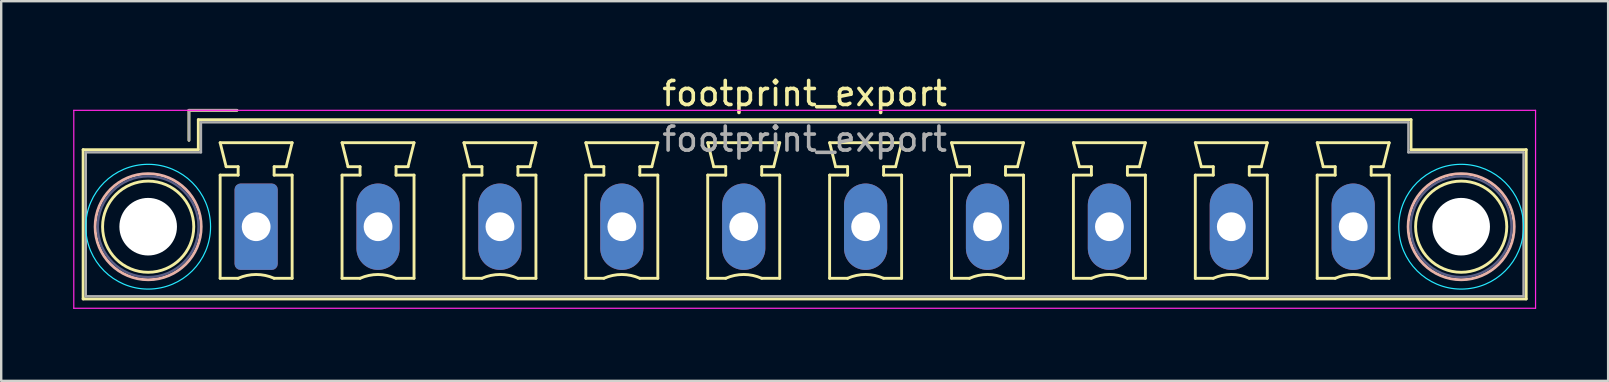
<source format=kicad_pcb>
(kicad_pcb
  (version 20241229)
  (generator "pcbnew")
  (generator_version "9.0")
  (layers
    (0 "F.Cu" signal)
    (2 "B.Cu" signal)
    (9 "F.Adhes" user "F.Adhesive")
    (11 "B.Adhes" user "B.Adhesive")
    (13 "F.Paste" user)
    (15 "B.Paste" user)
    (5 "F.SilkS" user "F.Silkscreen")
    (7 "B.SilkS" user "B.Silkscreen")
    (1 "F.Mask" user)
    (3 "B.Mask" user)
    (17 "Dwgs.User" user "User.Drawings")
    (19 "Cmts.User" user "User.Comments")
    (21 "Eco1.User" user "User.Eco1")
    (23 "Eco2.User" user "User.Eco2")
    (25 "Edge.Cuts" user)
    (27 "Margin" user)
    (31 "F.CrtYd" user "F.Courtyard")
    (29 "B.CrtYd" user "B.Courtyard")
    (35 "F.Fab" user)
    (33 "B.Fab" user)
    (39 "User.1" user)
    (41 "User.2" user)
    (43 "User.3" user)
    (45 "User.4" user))
  (footprint "footprint_export"
    (layer "F.Cu")
    (at 7.625 6.398)
    (property "Reference" "footprint_export" (at 22.86 -5.55 0) (layer "F.SilkS") (effects (font (size 1 1) (thickness 0.15))))
    (attr through_hole)
    (fp_line (start -7.21 -3.21) (end -7.21 3.01) (stroke (width 0.12) (type solid)) (layer "F.SilkS"))
    (fp_line (start -7.21 3.01) (end 52.93 3.01) (stroke (width 0.12) (type solid)) (layer "F.SilkS"))
    (fp_line (start -2.8 -4.85) (end -0.8 -4.85) (stroke (width 0.12) (type solid)) (layer "F.SilkS"))
    (fp_line (start -2.8 -3.6) (end -2.8 -4.85) (stroke (width 0.12) (type solid)) (layer "F.SilkS"))
    (fp_line (start -2.41 -4.46) (end -2.41 -3.21) (stroke (width 0.12) (type solid)) (layer "F.SilkS"))
    (fp_line (start -2.41 -3.21) (end -7.21 -3.21) (stroke (width 0.12) (type solid)) (layer "F.SilkS"))
    (fp_line (start -1.5 -3.5) (end 1.5 -3.5) (stroke (width 0.12) (type solid)) (layer "F.SilkS"))
    (fp_line (start -1.5 -2.15) (end -0.75 -2.15) (stroke (width 0.12) (type solid)) (layer "F.SilkS"))
    (fp_line (start -1.5 2.15) (end -1.5 -2.15) (stroke (width 0.12) (type solid)) (layer "F.SilkS"))
    (fp_line (start -1.25 -2.5) (end -1.5 -3.5) (stroke (width 0.12) (type solid)) (layer "F.SilkS"))
    (fp_line (start -0.75 -2.5) (end -1.25 -2.5) (stroke (width 0.12) (type solid)) (layer "F.SilkS"))
    (fp_line (start -0.75 -2.15) (end -0.75 -2.5) (stroke (width 0.12) (type solid)) (layer "F.SilkS"))
    (fp_line (start -0.75 2.15) (end -1.5 2.15) (stroke (width 0.12) (type solid)) (layer "F.SilkS"))
    (fp_line (start 0.75 -2.5) (end 0.75 -2.15) (stroke (width 0.12) (type solid)) (layer "F.SilkS"))
    (fp_line (start 0.75 -2.15) (end 1.5 -2.15) (stroke (width 0.12) (type solid)) (layer "F.SilkS"))
    (fp_line (start 1.25 -2.5) (end 0.75 -2.5) (stroke (width 0.12) (type solid)) (layer "F.SilkS"))
    (fp_line (start 1.5 -3.5) (end 1.25 -2.5) (stroke (width 0.12) (type solid)) (layer "F.SilkS"))
    (fp_line (start 1.5 -2.15) (end 1.5 2.15) (stroke (width 0.12) (type solid)) (layer "F.SilkS"))
    (fp_line (start 1.5 2.15) (end 0.75 2.15) (stroke (width 0.12) (type solid)) (layer "F.SilkS"))
    (fp_line (start 3.58 -3.5) (end 6.58 -3.5) (stroke (width 0.12) (type solid)) (layer "F.SilkS"))
    (fp_line (start 3.58 -2.15) (end 4.33 -2.15) (stroke (width 0.12) (type solid)) (layer "F.SilkS"))
    (fp_line (start 3.58 2.15) (end 3.58 -2.15) (stroke (width 0.12) (type solid)) (layer "F.SilkS"))
    (fp_line (start 3.83 -2.5) (end 3.58 -3.5) (stroke (width 0.12) (type solid)) (layer "F.SilkS"))
    (fp_line (start 4.33 -2.5) (end 3.83 -2.5) (stroke (width 0.12) (type solid)) (layer "F.SilkS"))
    (fp_line (start 4.33 -2.15) (end 4.33 -2.5) (stroke (width 0.12) (type solid)) (layer "F.SilkS"))
    (fp_line (start 4.33 2.15) (end 3.58 2.15) (stroke (width 0.12) (type solid)) (layer "F.SilkS"))
    (fp_line (start 5.83 -2.5) (end 5.83 -2.15) (stroke (width 0.12) (type solid)) (layer "F.SilkS"))
    (fp_line (start 5.83 -2.15) (end 6.58 -2.15) (stroke (width 0.12) (type solid)) (layer "F.SilkS"))
    (fp_line (start 6.33 -2.5) (end 5.83 -2.5) (stroke (width 0.12) (type solid)) (layer "F.SilkS"))
    (fp_line (start 6.58 -3.5) (end 6.33 -2.5) (stroke (width 0.12) (type solid)) (layer "F.SilkS"))
    (fp_line (start 6.58 -2.15) (end 6.58 2.15) (stroke (width 0.12) (type solid)) (layer "F.SilkS"))
    (fp_line (start 6.58 2.15) (end 5.83 2.15) (stroke (width 0.12) (type solid)) (layer "F.SilkS"))
    (fp_line (start 8.66 -3.5) (end 11.66 -3.5) (stroke (width 0.12) (type solid)) (layer "F.SilkS"))
    (fp_line (start 8.66 -2.15) (end 9.41 -2.15) (stroke (width 0.12) (type solid)) (layer "F.SilkS"))
    (fp_line (start 8.66 2.15) (end 8.66 -2.15) (stroke (width 0.12) (type solid)) (layer "F.SilkS"))
    (fp_line (start 8.91 -2.5) (end 8.66 -3.5) (stroke (width 0.12) (type solid)) (layer "F.SilkS"))
    (fp_line (start 9.41 -2.5) (end 8.91 -2.5) (stroke (width 0.12) (type solid)) (layer "F.SilkS"))
    (fp_line (start 9.41 -2.15) (end 9.41 -2.5) (stroke (width 0.12) (type solid)) (layer "F.SilkS"))
    (fp_line (start 9.41 2.15) (end 8.66 2.15) (stroke (width 0.12) (type solid)) (layer "F.SilkS"))
    (fp_line (start 10.91 -2.5) (end 10.91 -2.15) (stroke (width 0.12) (type solid)) (layer "F.SilkS"))
    (fp_line (start 10.91 -2.15) (end 11.66 -2.15) (stroke (width 0.12) (type solid)) (layer "F.SilkS"))
    (fp_line (start 11.41 -2.5) (end 10.91 -2.5) (stroke (width 0.12) (type solid)) (layer "F.SilkS"))
    (fp_line (start 11.66 -3.5) (end 11.41 -2.5) (stroke (width 0.12) (type solid)) (layer "F.SilkS"))
    (fp_line (start 11.66 -2.15) (end 11.66 2.15) (stroke (width 0.12) (type solid)) (layer "F.SilkS"))
    (fp_line (start 11.66 2.15) (end 10.91 2.15) (stroke (width 0.12) (type solid)) (layer "F.SilkS"))
    (fp_line (start 13.74 -3.5) (end 16.74 -3.5) (stroke (width 0.12) (type solid)) (layer "F.SilkS"))
    (fp_line (start 13.74 -2.15) (end 14.49 -2.15) (stroke (width 0.12) (type solid)) (layer "F.SilkS"))
    (fp_line (start 13.74 2.15) (end 13.74 -2.15) (stroke (width 0.12) (type solid)) (layer "F.SilkS"))
    (fp_line (start 13.99 -2.5) (end 13.74 -3.5) (stroke (width 0.12) (type solid)) (layer "F.SilkS"))
    (fp_line (start 14.49 -2.5) (end 13.99 -2.5) (stroke (width 0.12) (type solid)) (layer "F.SilkS"))
    (fp_line (start 14.49 -2.15) (end 14.49 -2.5) (stroke (width 0.12) (type solid)) (layer "F.SilkS"))
    (fp_line (start 14.49 2.15) (end 13.74 2.15) (stroke (width 0.12) (type solid)) (layer "F.SilkS"))
    (fp_line (start 15.99 -2.5) (end 15.99 -2.15) (stroke (width 0.12) (type solid)) (layer "F.SilkS"))
    (fp_line (start 15.99 -2.15) (end 16.74 -2.15) (stroke (width 0.12) (type solid)) (layer "F.SilkS"))
    (fp_line (start 16.49 -2.5) (end 15.99 -2.5) (stroke (width 0.12) (type solid)) (layer "F.SilkS"))
    (fp_line (start 16.74 -3.5) (end 16.49 -2.5) (stroke (width 0.12) (type solid)) (layer "F.SilkS"))
    (fp_line (start 16.74 -2.15) (end 16.74 2.15) (stroke (width 0.12) (type solid)) (layer "F.SilkS"))
    (fp_line (start 16.74 2.15) (end 15.99 2.15) (stroke (width 0.12) (type solid)) (layer "F.SilkS"))
    (fp_line (start 18.82 -3.5) (end 21.82 -3.5) (stroke (width 0.12) (type solid)) (layer "F.SilkS"))
    (fp_line (start 18.82 -2.15) (end 19.57 -2.15) (stroke (width 0.12) (type solid)) (layer "F.SilkS"))
    (fp_line (start 18.82 2.15) (end 18.82 -2.15) (stroke (width 0.12) (type solid)) (layer "F.SilkS"))
    (fp_line (start 19.07 -2.5) (end 18.82 -3.5) (stroke (width 0.12) (type solid)) (layer "F.SilkS"))
    (fp_line (start 19.57 -2.5) (end 19.07 -2.5) (stroke (width 0.12) (type solid)) (layer "F.SilkS"))
    (fp_line (start 19.57 -2.15) (end 19.57 -2.5) (stroke (width 0.12) (type solid)) (layer "F.SilkS"))
    (fp_line (start 19.57 2.15) (end 18.82 2.15) (stroke (width 0.12) (type solid)) (layer "F.SilkS"))
    (fp_line (start 21.07 -2.5) (end 21.07 -2.15) (stroke (width 0.12) (type solid)) (layer "F.SilkS"))
    (fp_line (start 21.07 -2.15) (end 21.82 -2.15) (stroke (width 0.12) (type solid)) (layer "F.SilkS"))
    (fp_line (start 21.57 -2.5) (end 21.07 -2.5) (stroke (width 0.12) (type solid)) (layer "F.SilkS"))
    (fp_line (start 21.82 -3.5) (end 21.57 -2.5) (stroke (width 0.12) (type solid)) (layer "F.SilkS"))
    (fp_line (start 21.82 -2.15) (end 21.82 2.15) (stroke (width 0.12) (type solid)) (layer "F.SilkS"))
    (fp_line (start 21.82 2.15) (end 21.07 2.15) (stroke (width 0.12) (type solid)) (layer "F.SilkS"))
    (fp_line (start 23.9 -3.5) (end 26.9 -3.5) (stroke (width 0.12) (type solid)) (layer "F.SilkS"))
    (fp_line (start 23.9 -2.15) (end 24.65 -2.15) (stroke (width 0.12) (type solid)) (layer "F.SilkS"))
    (fp_line (start 23.9 2.15) (end 23.9 -2.15) (stroke (width 0.12) (type solid)) (layer "F.SilkS"))
    (fp_line (start 24.15 -2.5) (end 23.9 -3.5) (stroke (width 0.12) (type solid)) (layer "F.SilkS"))
    (fp_line (start 24.65 -2.5) (end 24.15 -2.5) (stroke (width 0.12) (type solid)) (layer "F.SilkS"))
    (fp_line (start 24.65 -2.15) (end 24.65 -2.5) (stroke (width 0.12) (type solid)) (layer "F.SilkS"))
    (fp_line (start 24.65 2.15) (end 23.9 2.15) (stroke (width 0.12) (type solid)) (layer "F.SilkS"))
    (fp_line (start 26.15 -2.5) (end 26.15 -2.15) (stroke (width 0.12) (type solid)) (layer "F.SilkS"))
    (fp_line (start 26.15 -2.15) (end 26.9 -2.15) (stroke (width 0.12) (type solid)) (layer "F.SilkS"))
    (fp_line (start 26.65 -2.5) (end 26.15 -2.5) (stroke (width 0.12) (type solid)) (layer "F.SilkS"))
    (fp_line (start 26.9 -3.5) (end 26.65 -2.5) (stroke (width 0.12) (type solid)) (layer "F.SilkS"))
    (fp_line (start 26.9 -2.15) (end 26.9 2.15) (stroke (width 0.12) (type solid)) (layer "F.SilkS"))
    (fp_line (start 26.9 2.15) (end 26.15 2.15) (stroke (width 0.12) (type solid)) (layer "F.SilkS"))
    (fp_line (start 28.98 -3.5) (end 31.98 -3.5) (stroke (width 0.12) (type solid)) (layer "F.SilkS"))
    (fp_line (start 28.98 -2.15) (end 29.73 -2.15) (stroke (width 0.12) (type solid)) (layer "F.SilkS"))
    (fp_line (start 28.98 2.15) (end 28.98 -2.15) (stroke (width 0.12) (type solid)) (layer "F.SilkS"))
    (fp_line (start 29.23 -2.5) (end 28.98 -3.5) (stroke (width 0.12) (type solid)) (layer "F.SilkS"))
    (fp_line (start 29.73 -2.5) (end 29.23 -2.5) (stroke (width 0.12) (type solid)) (layer "F.SilkS"))
    (fp_line (start 29.73 -2.15) (end 29.73 -2.5) (stroke (width 0.12) (type solid)) (layer "F.SilkS"))
    (fp_line (start 29.73 2.15) (end 28.98 2.15) (stroke (width 0.12) (type solid)) (layer "F.SilkS"))
    (fp_line (start 31.23 -2.5) (end 31.23 -2.15) (stroke (width 0.12) (type solid)) (layer "F.SilkS"))
    (fp_line (start 31.23 -2.15) (end 31.98 -2.15) (stroke (width 0.12) (type solid)) (layer "F.SilkS"))
    (fp_line (start 31.73 -2.5) (end 31.23 -2.5) (stroke (width 0.12) (type solid)) (layer "F.SilkS"))
    (fp_line (start 31.98 -3.5) (end 31.73 -2.5) (stroke (width 0.12) (type solid)) (layer "F.SilkS"))
    (fp_line (start 31.98 -2.15) (end 31.98 2.15) (stroke (width 0.12) (type solid)) (layer "F.SilkS"))
    (fp_line (start 31.98 2.15) (end 31.23 2.15) (stroke (width 0.12) (type solid)) (layer "F.SilkS"))
    (fp_line (start 34.06 -3.5) (end 37.06 -3.5) (stroke (width 0.12) (type solid)) (layer "F.SilkS"))
    (fp_line (start 34.06 -2.15) (end 34.81 -2.15) (stroke (width 0.12) (type solid)) (layer "F.SilkS"))
    (fp_line (start 34.06 2.15) (end 34.06 -2.15) (stroke (width 0.12) (type solid)) (layer "F.SilkS"))
    (fp_line (start 34.31 -2.5) (end 34.06 -3.5) (stroke (width 0.12) (type solid)) (layer "F.SilkS"))
    (fp_line (start 34.81 -2.5) (end 34.31 -2.5) (stroke (width 0.12) (type solid)) (layer "F.SilkS"))
    (fp_line (start 34.81 -2.15) (end 34.81 -2.5) (stroke (width 0.12) (type solid)) (layer "F.SilkS"))
    (fp_line (start 34.81 2.15) (end 34.06 2.15) (stroke (width 0.12) (type solid)) (layer "F.SilkS"))
    (fp_line (start 36.31 -2.5) (end 36.31 -2.15) (stroke (width 0.12) (type solid)) (layer "F.SilkS"))
    (fp_line (start 36.31 -2.15) (end 37.06 -2.15) (stroke (width 0.12) (type solid)) (layer "F.SilkS"))
    (fp_line (start 36.81 -2.5) (end 36.31 -2.5) (stroke (width 0.12) (type solid)) (layer "F.SilkS"))
    (fp_line (start 37.06 -3.5) (end 36.81 -2.5) (stroke (width 0.12) (type solid)) (layer "F.SilkS"))
    (fp_line (start 37.06 -2.15) (end 37.06 2.15) (stroke (width 0.12) (type solid)) (layer "F.SilkS"))
    (fp_line (start 37.06 2.15) (end 36.31 2.15) (stroke (width 0.12) (type solid)) (layer "F.SilkS"))
    (fp_line (start 39.14 -3.5) (end 42.14 -3.5) (stroke (width 0.12) (type solid)) (layer "F.SilkS"))
    (fp_line (start 39.14 -2.15) (end 39.89 -2.15) (stroke (width 0.12) (type solid)) (layer "F.SilkS"))
    (fp_line (start 39.14 2.15) (end 39.14 -2.15) (stroke (width 0.12) (type solid)) (layer "F.SilkS"))
    (fp_line (start 39.39 -2.5) (end 39.14 -3.5) (stroke (width 0.12) (type solid)) (layer "F.SilkS"))
    (fp_line (start 39.89 -2.5) (end 39.39 -2.5) (stroke (width 0.12) (type solid)) (layer "F.SilkS"))
    (fp_line (start 39.89 -2.15) (end 39.89 -2.5) (stroke (width 0.12) (type solid)) (layer "F.SilkS"))
    (fp_line (start 39.89 2.15) (end 39.14 2.15) (stroke (width 0.12) (type solid)) (layer "F.SilkS"))
    (fp_line (start 41.39 -2.5) (end 41.39 -2.15) (stroke (width 0.12) (type solid)) (layer "F.SilkS"))
    (fp_line (start 41.39 -2.15) (end 42.14 -2.15) (stroke (width 0.12) (type solid)) (layer "F.SilkS"))
    (fp_line (start 41.89 -2.5) (end 41.39 -2.5) (stroke (width 0.12) (type solid)) (layer "F.SilkS"))
    (fp_line (start 42.14 -3.5) (end 41.89 -2.5) (stroke (width 0.12) (type solid)) (layer "F.SilkS"))
    (fp_line (start 42.14 -2.15) (end 42.14 2.15) (stroke (width 0.12) (type solid)) (layer "F.SilkS"))
    (fp_line (start 42.14 2.15) (end 41.39 2.15) (stroke (width 0.12) (type solid)) (layer "F.SilkS"))
    (fp_line (start 44.22 -3.5) (end 47.22 -3.5) (stroke (width 0.12) (type solid)) (layer "F.SilkS"))
    (fp_line (start 44.22 -2.15) (end 44.97 -2.15) (stroke (width 0.12) (type solid)) (layer "F.SilkS"))
    (fp_line (start 44.22 2.15) (end 44.22 -2.15) (stroke (width 0.12) (type solid)) (layer "F.SilkS"))
    (fp_line (start 44.47 -2.5) (end 44.22 -3.5) (stroke (width 0.12) (type solid)) (layer "F.SilkS"))
    (fp_line (start 44.97 -2.5) (end 44.47 -2.5) (stroke (width 0.12) (type solid)) (layer "F.SilkS"))
    (fp_line (start 44.97 -2.15) (end 44.97 -2.5) (stroke (width 0.12) (type solid)) (layer "F.SilkS"))
    (fp_line (start 44.97 2.15) (end 44.22 2.15) (stroke (width 0.12) (type solid)) (layer "F.SilkS"))
    (fp_line (start 46.47 -2.5) (end 46.47 -2.15) (stroke (width 0.12) (type solid)) (layer "F.SilkS"))
    (fp_line (start 46.47 -2.15) (end 47.22 -2.15) (stroke (width 0.12) (type solid)) (layer "F.SilkS"))
    (fp_line (start 46.97 -2.5) (end 46.47 -2.5) (stroke (width 0.12) (type solid)) (layer "F.SilkS"))
    (fp_line (start 47.22 -3.5) (end 46.97 -2.5) (stroke (width 0.12) (type solid)) (layer "F.SilkS"))
    (fp_line (start 47.22 -2.15) (end 47.22 2.15) (stroke (width 0.12) (type solid)) (layer "F.SilkS"))
    (fp_line (start 47.22 2.15) (end 46.47 2.15) (stroke (width 0.12) (type solid)) (layer "F.SilkS"))
    (fp_line (start 48.13 -4.46) (end -2.41 -4.46) (stroke (width 0.12) (type solid)) (layer "F.SilkS"))
    (fp_line (start 48.13 -3.21) (end 48.13 -4.46) (stroke (width 0.12) (type solid)) (layer "F.SilkS"))
    (fp_line (start 52.93 -3.21) (end 48.13 -3.21) (stroke (width 0.12) (type solid)) (layer "F.SilkS"))
    (fp_line (start 52.93 3.01) (end 52.93 -3.21) (stroke (width 0.12) (type solid)) (layer "F.SilkS"))
    (fp_arc (start -0.75 2.15) (mid -0.000193 1.99191) (end 0.749647 2.149844) (stroke (width 0.12) (type solid)) (layer "F.SilkS"))
    (fp_arc (start 4.33 2.15) (mid 5.079807 1.99191) (end 5.829647 2.149844) (stroke (width 0.12) (type solid)) (layer "F.SilkS"))
    (fp_arc (start 9.41 2.15) (mid 10.159807 1.99191) (end 10.909647 2.149844) (stroke (width 0.12) (type solid)) (layer "F.SilkS"))
    (fp_arc (start 14.49 2.15) (mid 15.239807 1.99191) (end 15.989647 2.149844) (stroke (width 0.12) (type solid)) (layer "F.SilkS"))
    (fp_arc (start 19.57 2.15) (mid 20.319807 1.99191) (end 21.069647 2.149844) (stroke (width 0.12) (type solid)) (layer "F.SilkS"))
    (fp_arc (start 24.65 2.15) (mid 25.399807 1.99191) (end 26.149647 2.149844) (stroke (width 0.12) (type solid)) (layer "F.SilkS"))
    (fp_arc (start 29.73 2.15) (mid 30.479807 1.99191) (end 31.229647 2.149844) (stroke (width 0.12) (type solid)) (layer "F.SilkS"))
    (fp_arc (start 34.81 2.15) (mid 35.559807 1.99191) (end 36.309647 2.149844) (stroke (width 0.12) (type solid)) (layer "F.SilkS"))
    (fp_arc (start 39.89 2.15) (mid 40.639807 1.99191) (end 41.389647 2.149844) (stroke (width 0.12) (type solid)) (layer "F.SilkS"))
    (fp_arc (start 44.97 2.15) (mid 45.719807 1.99191) (end 46.469647 2.149844) (stroke (width 0.12) (type solid)) (layer "F.SilkS"))
    (fp_circle (center -4.5 0) (end -2.6 0) (stroke (width 0.12) (type solid)) (fill no) (layer "F.SilkS"))
    (fp_circle (center 50.22 0) (end 52.12 0) (stroke (width 0.12) (type solid)) (fill no) (layer "F.SilkS"))
    (fp_circle (center -4.5 0) (end -2.29 0) (stroke (width 0.12) (type solid)) (fill no) (layer "B.SilkS"))
    (fp_circle (center 50.22 0) (end 52.43 0) (stroke (width 0.12) (type solid)) (fill no) (layer "B.SilkS"))
    (fp_circle (center -4.5 0) (end -1.9 0) (stroke (width 0.05) (type solid)) (fill no) (layer "B.CrtYd"))
    (fp_circle (center 50.22 0) (end 52.82 0) (stroke (width 0.05) (type solid)) (fill no) (layer "B.CrtYd"))
    (fp_line (start -7.6 -4.85) (end -7.6 3.4) (stroke (width 0.05) (type solid)) (layer "F.CrtYd"))
    (fp_line (start -7.6 3.4) (end 53.32 3.4) (stroke (width 0.05) (type solid)) (layer "F.CrtYd"))
    (fp_line (start 53.32 -4.85) (end -7.6 -4.85) (stroke (width 0.05) (type solid)) (layer "F.CrtYd"))
    (fp_line (start 53.32 3.4) (end 53.32 -4.85) (stroke (width 0.05) (type solid)) (layer "F.CrtYd"))
    (fp_circle (center -4.5 0) (end -2.4 0) (stroke (width 0.1) (type solid)) (fill no) (layer "B.Fab"))
    (fp_circle (center 50.22 0) (end 52.32 0) (stroke (width 0.1) (type solid)) (fill no) (layer "B.Fab"))
    (fp_line (start -7.1 -3.1) (end -7.1 2.9) (stroke (width 0.1) (type solid)) (layer "F.Fab"))
    (fp_line (start -7.1 2.9) (end 52.82 2.9) (stroke (width 0.1) (type solid)) (layer "F.Fab"))
    (fp_line (start -2.8 -4.85) (end -0.8 -4.85) (stroke (width 0.1) (type solid)) (layer "F.Fab"))
    (fp_line (start -2.8 -3.6) (end -2.8 -4.85) (stroke (width 0.1) (type solid)) (layer "F.Fab"))
    (fp_line (start -2.3 -4.35) (end -2.3 -3.1) (stroke (width 0.1) (type solid)) (layer "F.Fab"))
    (fp_line (start -2.3 -3.1) (end -7.1 -3.1) (stroke (width 0.1) (type solid)) (layer "F.Fab"))
    (fp_line (start 48.02 -4.35) (end -2.3 -4.35) (stroke (width 0.1) (type solid)) (layer "F.Fab"))
    (fp_line (start 48.02 -3.1) (end 48.02 -4.35) (stroke (width 0.1) (type solid)) (layer "F.Fab"))
    (fp_line (start 52.82 -3.1) (end 48.02 -3.1) (stroke (width 0.1) (type solid)) (layer "F.Fab"))
    (fp_line (start 52.82 2.9) (end 52.82 -3.1) (stroke (width 0.1) (type solid)) (layer "F.Fab"))
    (fp_text user "${REFERENCE}" (at 22.86 -3.65 0) (layer "F.Fab") (effects (font (size 1 1) (thickness 0.15))))
    (pad "" np_thru_hole circle (at -4.5 0) (size 2.4 2.4) (drill 2.4) (layers "*.Cu" "*.Mask"))
    (pad "" np_thru_hole circle (at 50.22 0) (size 2.4 2.4) (drill 2.4) (layers "*.Cu" "*.Mask"))
    (pad "1" thru_hole roundrect (at 0 0) (size 1.8 3.6) (drill 1.2) (layers "*.Cu" "*.Mask") (roundrect_rratio 0.139))
    (pad "2" thru_hole oval (at 5.08 0) (size 1.8 3.6) (drill 1.2) (layers "*.Cu" "*.Mask"))
    (pad "3" thru_hole oval (at 10.16 0) (size 1.8 3.6) (drill 1.2) (layers "*.Cu" "*.Mask"))
    (pad "4" thru_hole oval (at 15.24 0) (size 1.8 3.6) (drill 1.2) (layers "*.Cu" "*.Mask"))
    (pad "5" thru_hole oval (at 20.32 0) (size 1.8 3.6) (drill 1.2) (layers "*.Cu" "*.Mask"))
    (pad "6" thru_hole oval (at 25.4 0) (size 1.8 3.6) (drill 1.2) (layers "*.Cu" "*.Mask"))
    (pad "7" thru_hole oval (at 30.48 0) (size 1.8 3.6) (drill 1.2) (layers "*.Cu" "*.Mask"))
    (pad "8" thru_hole oval (at 35.56 0) (size 1.8 3.6) (drill 1.2) (layers "*.Cu" "*.Mask"))
    (pad "9" thru_hole oval (at 40.64 0) (size 1.8 3.6) (drill 1.2) (layers "*.Cu" "*.Mask"))
    (pad "10" thru_hole oval (at 45.72 0) (size 1.8 3.6) (drill 1.2) (layers "*.Cu" "*.Mask")))
  (gr_rect
    (start -3 -3)
    (end 63.97 12.823)
    (stroke (width 0.1) (type default))
    (fill no)
    (layer "Edge.Cuts")))
</source>
